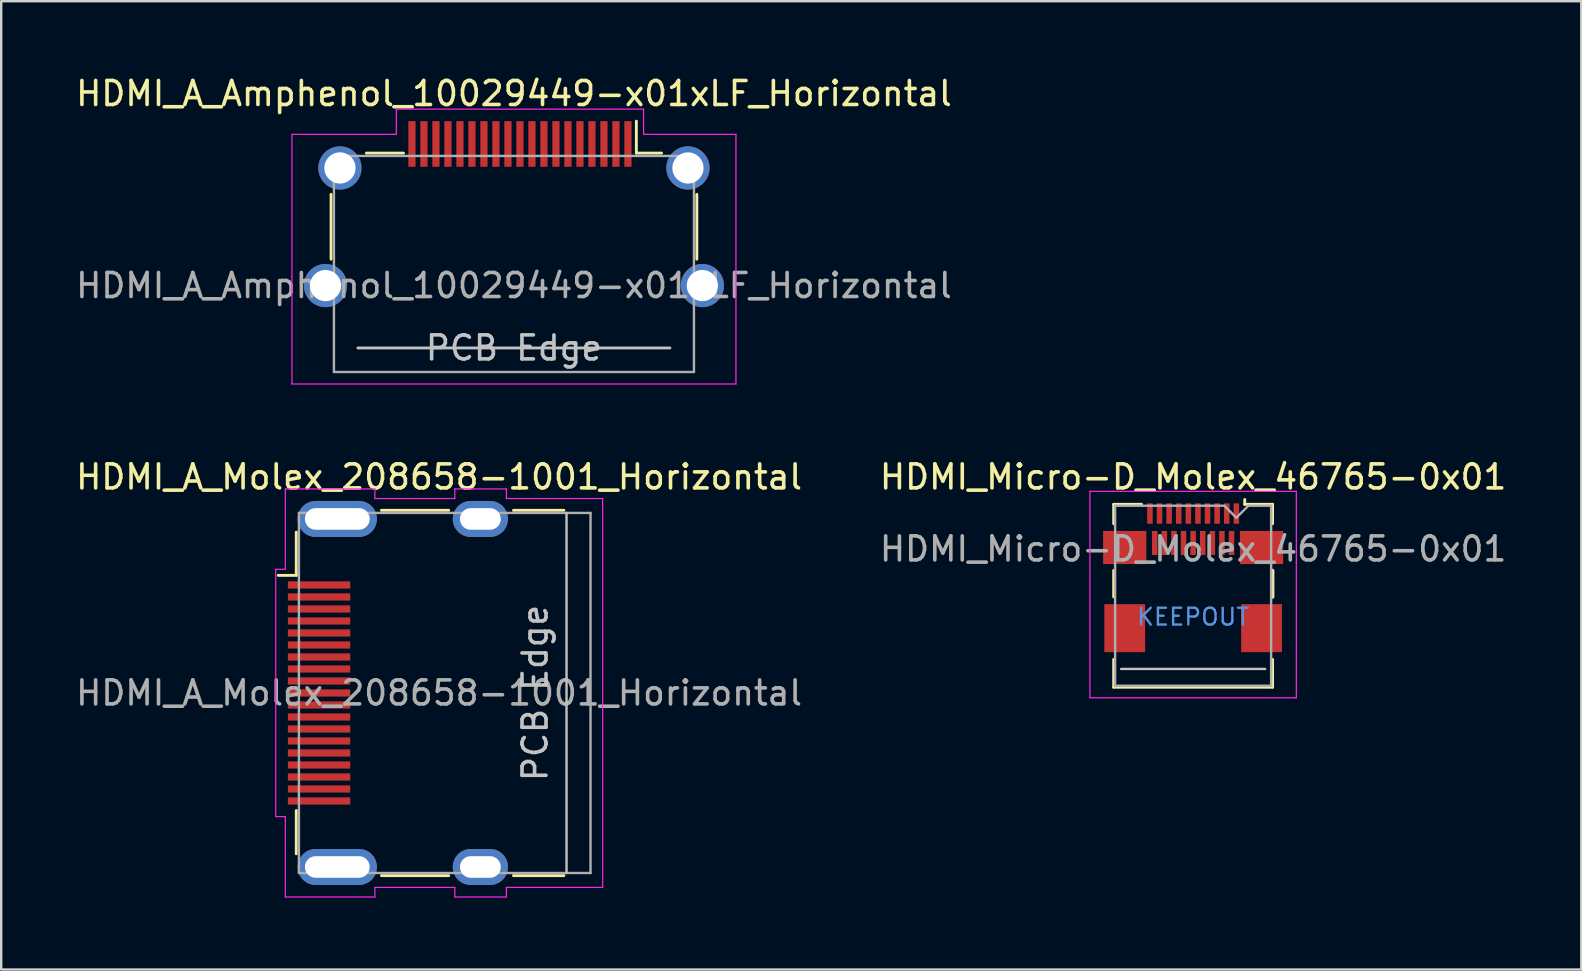
<source format=kicad_pcb>
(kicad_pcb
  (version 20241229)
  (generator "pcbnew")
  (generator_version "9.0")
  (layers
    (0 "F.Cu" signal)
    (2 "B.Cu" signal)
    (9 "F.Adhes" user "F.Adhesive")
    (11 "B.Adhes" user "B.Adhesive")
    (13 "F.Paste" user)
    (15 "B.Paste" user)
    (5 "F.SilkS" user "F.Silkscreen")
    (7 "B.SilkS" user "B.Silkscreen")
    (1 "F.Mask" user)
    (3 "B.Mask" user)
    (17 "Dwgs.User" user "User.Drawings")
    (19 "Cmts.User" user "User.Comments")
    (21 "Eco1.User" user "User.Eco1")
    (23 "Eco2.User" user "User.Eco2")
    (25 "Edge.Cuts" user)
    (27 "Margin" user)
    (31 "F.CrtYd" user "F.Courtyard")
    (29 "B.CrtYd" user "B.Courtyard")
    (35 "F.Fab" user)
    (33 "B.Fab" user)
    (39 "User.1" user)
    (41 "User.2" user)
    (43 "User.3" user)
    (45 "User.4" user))
  (footprint "HDMI_A_Amphenol_10029449-x01xLF_Horizontal"
    (layer "F.Cu")
    (at 18.363 7.948)
    (property "Reference" "HDMI_A_Amphenol_10029449-x01xLF_Horizontal" (at 0 -7.1 0) (unlocked yes) (layer "F.SilkS") (effects (font (size 1 1) (thickness 0.15))))
    (attr smd)
    (fp_line (start -7.62 -0.2) (end -7.62 -2.9) (stroke (width 0.12) (type solid)) (layer "F.SilkS"))
    (fp_line (start -6.15 -4.62) (end -4.6 -4.62) (stroke (width 0.12) (type solid)) (layer "F.SilkS"))
    (fp_line (start 5.1 -5.95) (end 5.1 -4.62) (stroke (width 0.12) (type solid)) (layer "F.SilkS"))
    (fp_line (start 5.1 -4.62) (end 6.15 -4.62) (stroke (width 0.12) (type solid)) (layer "F.SilkS"))
    (fp_line (start 7.62 -2.9) (end 7.62 -0.2) (stroke (width 0.12) (type solid)) (layer "F.SilkS"))
    (fp_line (start -6.5 3.5) (end 6.5 3.5) (stroke (width 0.12) (type solid)) (layer "Dwgs.User"))
    (fp_line (start -9.25 -5.4) (end -4.9 -5.4) (stroke (width 0.05) (type solid)) (layer "F.CrtYd"))
    (fp_line (start -9.25 5) (end -9.25 -5.4) (stroke (width 0.05) (type solid)) (layer "F.CrtYd"))
    (fp_line (start -4.9 -6.45) (end 5.4 -6.45) (stroke (width 0.05) (type solid)) (layer "F.CrtYd"))
    (fp_line (start -4.9 -5.4) (end -4.9 -6.45) (stroke (width 0.05) (type solid)) (layer "F.CrtYd"))
    (fp_line (start 5.4 -6.45) (end 5.4 -5.4) (stroke (width 0.05) (type solid)) (layer "F.CrtYd"))
    (fp_line (start 5.4 -5.4) (end 9.25 -5.4) (stroke (width 0.05) (type solid)) (layer "F.CrtYd"))
    (fp_line (start 9.25 -5.4) (end 9.25 5) (stroke (width 0.05) (type solid)) (layer "F.CrtYd"))
    (fp_line (start 9.25 5) (end -9.25 5) (stroke (width 0.05) (type solid)) (layer "F.CrtYd"))
    (fp_line (start -7.5 4.5) (end -7.5 -4.5) (stroke (width 0.1) (type solid)) (layer "F.Fab"))
    (fp_line (start -7.5 4.5) (end 7.5 4.5) (stroke (width 0.1) (type solid)) (layer "F.Fab"))
    (fp_line (start 7.5 -4.5) (end -7.5 -4.5) (stroke (width 0.1) (type solid)) (layer "F.Fab"))
    (fp_line (start 7.5 4.5) (end 7.5 -4.5) (stroke (width 0.1) (type solid)) (layer "F.Fab"))
    (fp_text user "PCB Edge" (at 0 3.5 0) (unlocked yes) (layer "Dwgs.User") (effects (font (size 1 1) (thickness 0.15))))
    (fp_text user "${REFERENCE}" (at 0 0.9 0) (unlocked yes) (layer "F.Fab") (effects (font (size 1 1) (thickness 0.15))))
    (pad "1" smd rect (at 4.75 -5) (size 0.3 1.9) (layers "F.Cu" "F.Mask" "F.Paste"))
    (pad "2" smd rect (at 4.25 -5) (size 0.3 1.9) (layers "F.Cu" "F.Mask" "F.Paste"))
    (pad "3" smd rect (at 3.75 -5) (size 0.3 1.9) (layers "F.Cu" "F.Mask" "F.Paste"))
    (pad "4" smd rect (at 3.25 -5) (size 0.3 1.9) (layers "F.Cu" "F.Mask" "F.Paste"))
    (pad "5" smd rect (at 2.75 -5) (size 0.3 1.9) (layers "F.Cu" "F.Mask" "F.Paste"))
    (pad "6" smd rect (at 2.25 -5) (size 0.3 1.9) (layers "F.Cu" "F.Mask" "F.Paste"))
    (pad "7" smd rect (at 1.75 -5) (size 0.3 1.9) (layers "F.Cu" "F.Mask" "F.Paste"))
    (pad "8" smd rect (at 1.25 -5) (size 0.3 1.9) (layers "F.Cu" "F.Mask" "F.Paste"))
    (pad "9" smd rect (at 0.75 -5) (size 0.3 1.9) (layers "F.Cu" "F.Mask" "F.Paste"))
    (pad "10" smd rect (at 0.25 -5) (size 0.3 1.9) (layers "F.Cu" "F.Mask" "F.Paste"))
    (pad "11" smd rect (at -0.25 -5) (size 0.3 1.9) (layers "F.Cu" "F.Mask" "F.Paste"))
    (pad "12" smd rect (at -0.75 -5) (size 0.3 1.9) (layers "F.Cu" "F.Mask" "F.Paste"))
    (pad "13" smd rect (at -1.25 -5) (size 0.3 1.9) (layers "F.Cu" "F.Mask" "F.Paste"))
    (pad "14" smd rect (at -1.75 -5) (size 0.3 1.9) (layers "F.Cu" "F.Mask" "F.Paste"))
    (pad "15" smd rect (at -2.25 -5) (size 0.3 1.9) (layers "F.Cu" "F.Mask" "F.Paste"))
    (pad "16" smd rect (at -2.75 -5) (size 0.3 1.9) (layers "F.Cu" "F.Mask" "F.Paste"))
    (pad "17" smd rect (at -3.25 -5) (size 0.3 1.9) (layers "F.Cu" "F.Mask" "F.Paste"))
    (pad "18" smd rect (at -3.75 -5) (size 0.3 1.9) (layers "F.Cu" "F.Mask" "F.Paste"))
    (pad "19" smd rect (at -4.25 -5) (size 0.3 1.9) (layers "F.Cu" "F.Mask" "F.Paste"))
    (pad "SH" thru_hole circle (at -7.85 0.9) (size 1.8 1.8) (drill 1.3) (layers "*.Cu" "*.Mask"))
    (pad "SH" thru_hole circle (at -7.25 -4) (size 1.8 1.8) (drill 1.3) (layers "*.Cu" "*.Mask"))
    (pad "SH" thru_hole circle (at 7.25 -4) (size 1.8 1.8) (drill 1.3) (layers "*.Cu" "*.Mask"))
    (pad "SH" thru_hole circle (at 7.85 0.9) (size 1.8 1.8) (drill 1.3) (layers "*.Cu" "*.Mask")))
  (footprint "HDMI_Micro-D_Molex_46765-0x01"
    (layer "F.Cu")
    (at 46.661 23.122)
    (property "Reference" "HDMI_Micro-D_Molex_46765-0x01" (at 0 -6.3 0) (layer "F.SilkS") (effects (font (size 1 1) (thickness 0.15))))
    (attr smd)
    (fp_line (start -3.31 -5.16) (end -2.15 -5.16) (stroke (width 0.12) (type solid)) (layer "F.SilkS"))
    (fp_line (start -3.31 -4.35) (end -3.31 -5.16) (stroke (width 0.12) (type solid)) (layer "F.SilkS"))
    (fp_line (start -3.31 -1.3) (end -3.31 -2.4) (stroke (width 0.12) (type solid)) (layer "F.SilkS"))
    (fp_line (start -3.31 2.46) (end -3.31 1.3) (stroke (width 0.12) (type solid)) (layer "F.SilkS"))
    (fp_line (start -3.31 2.46) (end 3.31 2.46) (stroke (width 0.12) (type solid)) (layer "F.SilkS"))
    (fp_line (start 2.15 -5.16) (end 2.15 -5.36) (stroke (width 0.12) (type solid)) (layer "F.SilkS"))
    (fp_line (start 2.15 -5.16) (end 3.31 -5.16) (stroke (width 0.12) (type solid)) (layer "F.SilkS"))
    (fp_line (start 3.31 -5.16) (end 3.31 -4.35) (stroke (width 0.12) (type solid)) (layer "F.SilkS"))
    (fp_line (start 3.31 -2.4) (end 3.31 -1.3) (stroke (width 0.15) (type solid)) (layer "F.SilkS"))
    (fp_line (start 3.31 1.3) (end 3.31 2.46) (stroke (width 0.12) (type solid)) (layer "F.SilkS"))
    (fp_line (start -3 1.7) (end 3 1.7) (stroke (width 0.1) (type solid)) (layer "Dwgs.User"))
    (fp_line (start -4.3 -5.7) (end -4.3 2.9) (stroke (width 0.05) (type solid)) (layer "F.CrtYd"))
    (fp_line (start -4.3 2.9) (end 4.3 2.9) (stroke (width 0.05) (type solid)) (layer "F.CrtYd"))
    (fp_line (start 4.3 -5.7) (end -4.3 -5.7) (stroke (width 0.05) (type solid)) (layer "F.CrtYd"))
    (fp_line (start 4.3 2.9) (end 4.3 -5.7) (stroke (width 0.05) (type solid)) (layer "F.CrtYd"))
    (fp_line (start -3.25 -5.1) (end 1.3 -5.1) (stroke (width 0.1) (type solid)) (layer "F.Fab"))
    (fp_line (start -3.25 2.4) (end -3.25 -5.1) (stroke (width 0.1) (type solid)) (layer "F.Fab"))
    (fp_line (start 1.8 -4.6) (end 1.3 -5.1) (stroke (width 0.1) (type solid)) (layer "F.Fab"))
    (fp_line (start 1.8 -4.6) (end 2.3 -5.1) (stroke (width 0.1) (type solid)) (layer "F.Fab"))
    (fp_line (start 2.3 -5.1) (end 3.25 -5.1) (stroke (width 0.1) (type solid)) (layer "F.Fab"))
    (fp_line (start 3.25 -5.1) (end 3.25 2.4) (stroke (width 0.1) (type solid)) (layer "F.Fab"))
    (fp_line (start 3.25 2.4) (end -3.25 2.4) (stroke (width 0.1) (type solid)) (layer "F.Fab"))
    (fp_text user "KEEPOUT" (at 0 -0.47 0) (layer "Cmts.User") (effects (font (size 0.7 0.7) (thickness 0.1))))
    (fp_text user "${REFERENCE}" (at 0 -3.3 0) (layer "F.Fab") (effects (font (size 1 1) (thickness 0.15))))
    (pad "1" smd rect (at 1.8 -4.775) (size 0.23 0.85) (layers "F.Cu" "F.Mask" "F.Paste"))
    (pad "2" smd rect (at 1.6 -3.55) (size 0.23 1) (layers "F.Cu" "F.Mask" "F.Paste"))
    (pad "3" smd rect (at 1.4 -4.775) (size 0.23 0.85) (layers "F.Cu" "F.Mask" "F.Paste"))
    (pad "4" smd rect (at 1.2 -3.55) (size 0.23 1) (layers "F.Cu" "F.Mask" "F.Paste"))
    (pad "5" smd rect (at 1 -4.775) (size 0.23 0.85) (layers "F.Cu" "F.Mask" "F.Paste"))
    (pad "6" smd rect (at 0.8 -3.55) (size 0.23 1) (layers "F.Cu" "F.Mask" "F.Paste"))
    (pad "7" smd rect (at 0.6 -4.775) (size 0.23 0.85) (layers "F.Cu" "F.Mask" "F.Paste"))
    (pad "8" smd rect (at 0.4 -3.55) (size 0.23 1) (layers "F.Cu" "F.Mask" "F.Paste"))
    (pad "9" smd rect (at 0.2 -4.775) (size 0.23 0.85) (layers "F.Cu" "F.Mask" "F.Paste"))
    (pad "10" smd rect (at 0 -3.55) (size 0.23 1) (layers "F.Cu" "F.Mask" "F.Paste"))
    (pad "11" smd rect (at -0.2 -4.775) (size 0.23 0.85) (layers "F.Cu" "F.Mask" "F.Paste"))
    (pad "12" smd rect (at -0.4 -3.55) (size 0.23 1) (layers "F.Cu" "F.Mask" "F.Paste"))
    (pad "13" smd rect (at -0.6 -4.775) (size 0.23 0.85) (layers "F.Cu" "F.Mask" "F.Paste"))
    (pad "14" smd rect (at -0.8 -3.55) (size 0.23 1) (layers "F.Cu" "F.Mask" "F.Paste"))
    (pad "15" smd rect (at -1 -4.775) (size 0.23 0.85) (layers "F.Cu" "F.Mask" "F.Paste"))
    (pad "16" smd rect (at -1.2 -3.55) (size 0.23 1) (layers "F.Cu" "F.Mask" "F.Paste"))
    (pad "17" smd rect (at -1.4 -4.775) (size 0.23 0.85) (layers "F.Cu" "F.Mask" "F.Paste"))
    (pad "18" smd rect (at -1.6 -3.55) (size 0.23 1) (layers "F.Cu" "F.Mask" "F.Paste"))
    (pad "19" smd rect (at -1.8 -4.775) (size 0.23 0.85) (layers "F.Cu" "F.Mask" "F.Paste"))
    (pad "SH" smd rect (at -2.85 -3.36) (size 1.8 1.38) (layers "F.Cu" "F.Mask" "F.Paste"))
    (pad "SH" smd rect (at -2.85 0) (size 1.7 2) (layers "F.Cu" "F.Mask" "F.Paste"))
    (pad "SH" smd rect (at 2.85 -3.36) (size 1.8 1.38) (layers "F.Cu" "F.Mask" "F.Paste"))
    (pad "SH" smd rect (at 2.85 0) (size 1.7 2) (layers "F.Cu" "F.Mask" "F.Paste"))
    (zone (net_name "") (layer "F.Cu") (hatch full 0.508) (connect_pads) (min_thickness 0.254) (filled_areas_thickness no) (keepout (tracks not_allowed) (vias not_allowed) (pads not_allowed) (copperpour allowed) (footprints allowed)) (placement (enabled no)) (fill) (polygon (pts (xy 49.011 22.122) (xy 48.661 22.122) (xy 48.661 24.122) (xy 49.011 24.122) (xy 49.011 24.822) (xy 44.311 24.822) (xy 44.311 24.122) (xy 44.661 24.122) (xy 44.661 22.122) (xy 44.311 22.122) (xy 44.311 20.662) (xy 49.011 20.662)))))
  (footprint "HDMI_A_Molex_208658-1001_Horizontal"
    (layer "F.Cu")
    (at 13.529 25.822)
    (property "Reference" "HDMI_A_Molex_208658-1001_Horizontal" (at 1.715 -9 0) (layer "F.SilkS") (effects (font (size 1 1) (thickness 0.15))))
    (attr smd)
    (fp_line (start -4.985 -4.9) (end -4.235 -4.9) (stroke (width 0.12) (type solid)) (layer "F.SilkS"))
    (fp_line (start -4.235 -4.9) (end -4.235 -6.7) (stroke (width 0.12) (type solid)) (layer "F.SilkS"))
    (fp_line (start -4.235 6.7) (end -4.235 4.9) (stroke (width 0.12) (type solid)) (layer "F.SilkS"))
    (fp_line (start -0.685 -7.61) (end 2.115 -7.61) (stroke (width 0.12) (type solid)) (layer "F.SilkS"))
    (fp_line (start -0.685 7.61) (end 2.115 7.61) (stroke (width 0.12) (type solid)) (layer "F.SilkS"))
    (fp_line (start 4.815 -7.61) (end 6.915 -7.61) (stroke (width 0.12) (type solid)) (layer "F.SilkS"))
    (fp_line (start 4.815 7.61) (end 6.915 7.61) (stroke (width 0.12) (type solid)) (layer "F.SilkS"))
    (fp_line (start 7.025 -7.5) (end 7.025 7.5) (stroke (width 0.1) (type solid)) (layer "Dwgs.User"))
    (fp_line (start -5.09 5.15) (end -5.09 -5.15) (stroke (width 0.05) (type solid)) (layer "F.CrtYd"))
    (fp_line (start -4.69 -5.15) (end -5.09 -5.15) (stroke (width 0.05) (type solid)) (layer "F.CrtYd"))
    (fp_line (start -4.69 -5.15) (end -4.69 -8.5) (stroke (width 0.05) (type solid)) (layer "F.CrtYd"))
    (fp_line (start -4.69 5.15) (end -5.09 5.15) (stroke (width 0.05) (type solid)) (layer "F.CrtYd"))
    (fp_line (start -4.69 8.5) (end -4.69 5.15) (stroke (width 0.05) (type solid)) (layer "F.CrtYd"))
    (fp_line (start -0.96 -8.5) (end -4.69 -8.5) (stroke (width 0.05) (type solid)) (layer "F.CrtYd"))
    (fp_line (start -0.96 -8.1) (end -0.96 -8.5) (stroke (width 0.05) (type solid)) (layer "F.CrtYd"))
    (fp_line (start -0.96 8.5) (end -4.69 8.5) (stroke (width 0.05) (type solid)) (layer "F.CrtYd"))
    (fp_line (start -0.96 8.5) (end -0.96 8.1) (stroke (width 0.05) (type solid)) (layer "F.CrtYd"))
    (fp_line (start 2.37 -8.1) (end -0.96 -8.1) (stroke (width 0.05) (type solid)) (layer "F.CrtYd"))
    (fp_line (start 2.37 -8.1) (end 2.37 -8.5) (stroke (width 0.05) (type solid)) (layer "F.CrtYd"))
    (fp_line (start 2.37 8.1) (end -0.96 8.1) (stroke (width 0.05) (type solid)) (layer "F.CrtYd"))
    (fp_line (start 2.37 8.5) (end 2.37 8.1) (stroke (width 0.05) (type solid)) (layer "F.CrtYd"))
    (fp_line (start 4.52 -8.5) (end 2.37 -8.5) (stroke (width 0.05) (type solid)) (layer "F.CrtYd"))
    (fp_line (start 4.52 -8.1) (end 4.52 -8.5) (stroke (width 0.05) (type solid)) (layer "F.CrtYd"))
    (fp_line (start 4.52 8.5) (end 2.37 8.5) (stroke (width 0.05) (type solid)) (layer "F.CrtYd"))
    (fp_line (start 4.52 8.5) (end 4.52 8.1) (stroke (width 0.05) (type solid)) (layer "F.CrtYd"))
    (fp_line (start 8.53 -8.1) (end 4.52 -8.1) (stroke (width 0.05) (type solid)) (layer "F.CrtYd"))
    (fp_line (start 8.53 8.1) (end 4.52 8.1) (stroke (width 0.05) (type solid)) (layer "F.CrtYd"))
    (fp_line (start 8.53 8.1) (end 8.53 -8.1) (stroke (width 0.05) (type solid)) (layer "F.CrtYd"))
    (fp_line (start -4.125 -7.5) (end -4.125 7.5) (stroke (width 0.1) (type solid)) (layer "F.Fab"))
    (fp_line (start -4.125 -7.5) (end 8.025 -7.5) (stroke (width 0.1) (type solid)) (layer "F.Fab"))
    (fp_line (start -4.125 7.5) (end 8.025 7.5) (stroke (width 0.1) (type solid)) (layer "F.Fab"))
    (fp_line (start 8.025 -7.5) (end 8.025 7.5) (stroke (width 0.1) (type solid)) (layer "F.Fab"))
    (fp_text user "PCB Edge" (at 5.715 0 90) (layer "Dwgs.User") (effects (font (size 1 1) (thickness 0.15))))
    (fp_text user "${REFERENCE}" (at 1.715 0 0) (layer "F.Fab") (effects (font (size 1 1) (thickness 0.15))))
    (pad "1" smd rect (at -3.285 -4.5) (size 2.6 0.3) (layers "F.Cu" "F.Mask" "F.Paste"))
    (pad "2" smd rect (at -3.285 -4) (size 2.6 0.3) (layers "F.Cu" "F.Mask" "F.Paste"))
    (pad "3" smd rect (at -3.285 -3.5) (size 2.6 0.3) (layers "F.Cu" "F.Mask" "F.Paste"))
    (pad "4" smd rect (at -3.285 -3) (size 2.6 0.3) (layers "F.Cu" "F.Mask" "F.Paste"))
    (pad "5" smd rect (at -3.285 -2.5) (size 2.6 0.3) (layers "F.Cu" "F.Mask" "F.Paste"))
    (pad "6" smd rect (at -3.285 -2) (size 2.6 0.3) (layers "F.Cu" "F.Mask" "F.Paste"))
    (pad "7" smd rect (at -3.285 -1.5) (size 2.6 0.3) (layers "F.Cu" "F.Mask" "F.Paste"))
    (pad "8" smd rect (at -3.285 -1) (size 2.6 0.3) (layers "F.Cu" "F.Mask" "F.Paste"))
    (pad "9" smd rect (at -3.285 -0.5) (size 2.6 0.3) (layers "F.Cu" "F.Mask" "F.Paste"))
    (pad "10" smd rect (at -3.285 0) (size 2.6 0.3) (layers "F.Cu" "F.Mask" "F.Paste"))
    (pad "11" smd rect (at -3.285 0.5) (size 2.6 0.3) (layers "F.Cu" "F.Mask" "F.Paste"))
    (pad "12" smd rect (at -3.285 1) (size 2.6 0.3) (layers "F.Cu" "F.Mask" "F.Paste"))
    (pad "13" smd rect (at -3.285 1.5) (size 2.6 0.3) (layers "F.Cu" "F.Mask" "F.Paste"))
    (pad "14" smd rect (at -3.285 2) (size 2.6 0.3) (layers "F.Cu" "F.Mask" "F.Paste"))
    (pad "15" smd rect (at -3.285 2.5) (size 2.6 0.3) (layers "F.Cu" "F.Mask" "F.Paste"))
    (pad "16" smd rect (at -3.285 3) (size 2.6 0.3) (layers "F.Cu" "F.Mask" "F.Paste"))
    (pad "17" smd rect (at -3.285 3.5) (size 2.6 0.3) (layers "F.Cu" "F.Mask" "F.Paste"))
    (pad "18" smd rect (at -3.285 4) (size 2.6 0.3) (layers "F.Cu" "F.Mask" "F.Paste"))
    (pad "19" smd rect (at -3.285 4.5) (size 2.6 0.3) (layers "F.Cu" "F.Mask" "F.Paste"))
    (pad "SH" thru_hole oval (at -2.525 -7.25) (size 3.3 1.5) (drill oval 2.7 0.9) (layers "*.Cu" "*.Mask"))
    (pad "SH" thru_hole oval (at -2.525 7.25) (size 3.3 1.5) (drill oval 2.7 0.9) (layers "*.Cu" "*.Mask"))
    (pad "SH" thru_hole oval (at 3.435 -7.25) (size 2.3 1.5) (drill oval 1.7 0.9) (layers "*.Cu" "*.Mask"))
    (pad "SH" thru_hole oval (at 3.435 7.25) (size 2.3 1.5) (drill oval 1.7 0.9) (layers "*.Cu" "*.Mask")))
  (gr_rect
    (start -3 -3)
    (end 62.833 37.346)
    (stroke (width 0.1) (type default))
    (fill no)
    (layer "Edge.Cuts")))
</source>
